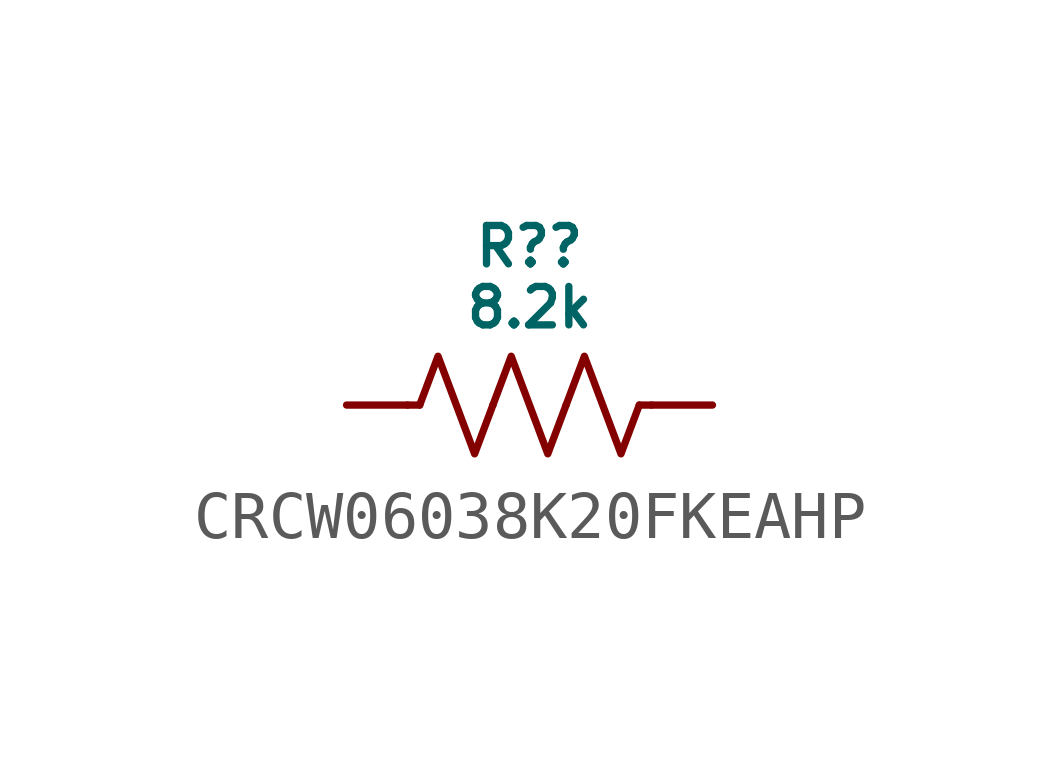
<source format=kicad_sym>
(kicad_symbol_lib
  (version 20231120)
  (generator "kicad_symbol_editor")
  (generator_version "8.0")
  (symbol "CRCW06038K20FKEAHP"
    (pin_numbers hide)
    (pin_names hide)
    (property "Reference" "R?"
      (at 0 3.302 0)
      (do_not_autoplace)
      (effects (font (size 0.8 0.8))))
    (property "Value" "8.2k"
      (at 0 2.032 0)
      (do_not_autoplace)
      (effects (font (size 0.8 0.8))))
    (symbol "CRCW06038K20FKEAHP_0_1"
      (polyline (pts (xy -2.286 0) (xy -2.54 0)) (stroke (width 0) (type default)) (fill (type none)))
      (polyline (pts (xy 2.286 0) (xy 2.54 0)) (stroke (width 0) (type default)) (fill (type none)))
      (polyline (pts (xy -2.286 0) (xy -1.905 1.016) (xy -1.524 0) (xy -1.143 -1.016) (xy -0.762 0)) (stroke (width 0) (type default)) (fill (type none)))
      (polyline (pts (xy -0.762 0) (xy -0.381 1.016) (xy 0 0) (xy 0.381 -1.016) (xy 0.762 0)) (stroke (width 0) (type default)) (fill (type none)))
      (polyline (pts (xy 0.762 0) (xy 1.143 1.016) (xy 1.524 0) (xy 1.905 -1.016) (xy 2.286 0)) (stroke (width 0) (type default)) (fill (type none))))
    (symbol "CRCW06038K20FKEAHP_1_0"
      (pin passive line (at -3.81 0 0) (length 1.27) (name "" (effects (font (size 0.8 0.8)))) (number "1" (effects (font (size 0.8 0.8)))))
      (pin passive line (at 3.81 0 180) (length 1.27) (name "" (effects (font (size 0.8 0.8)))) (number "2" (effects (font (size 0.8 0.8))))))))
</source>
